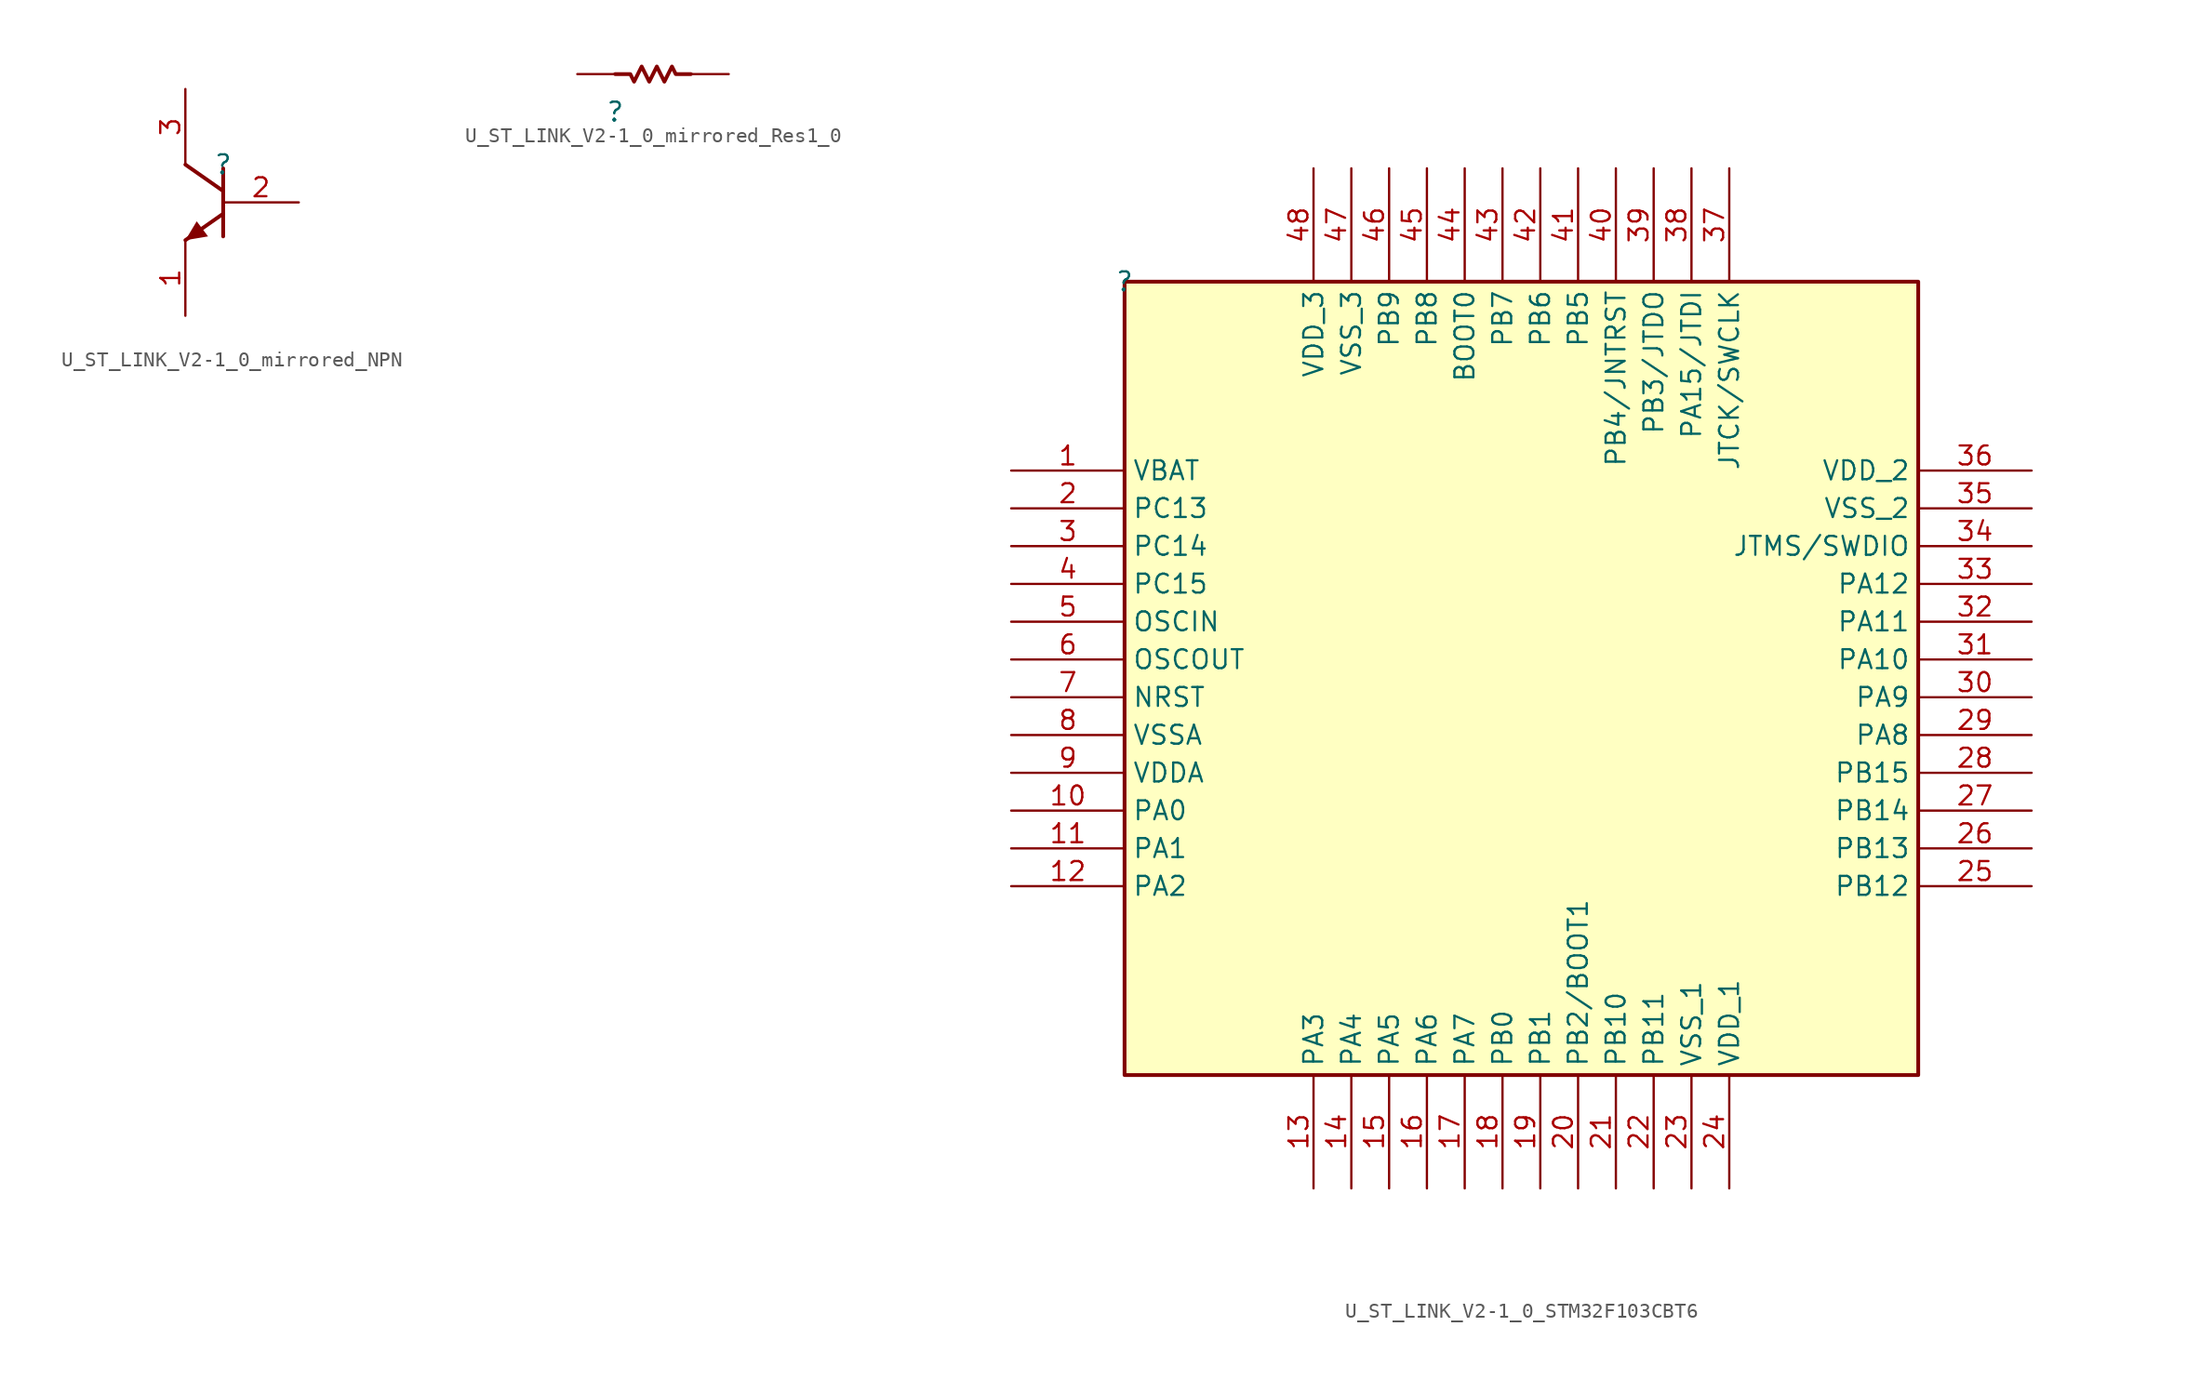
<source format=kicad_sym>
(kicad_symbol_lib
  (version 20231120)
  (generator "kicad_symbol_editor")
  (generator_version "8.0")
  (symbol "U_ST_LINK_V2-1_0_mirrored_NPN"
    (property "Reference" ""
      (at 0 0 0)
      (effects (font (size 1.27 1.27))))
    (property "Value" ""
      (at 0 0 0)
      (effects (font (size 1.27 1.27))))
    (symbol "U_ST_LINK_V2-1_0_mirrored_NPN_1_0"
      (polyline (pts (xy -2.54 0) (xy 0 -1.778)) (stroke (width 0.254) (type solid)) (fill (type none)))
      (polyline (pts (xy 0 -3.302) (xy -2.54 -5.08)) (stroke (width 0.254) (type solid)) (fill (type none)))
      (polyline (pts (xy 0 -0.254) (xy 0 -4.826)) (stroke (width 0.254) (type solid)) (fill (type none)))
      (polyline (pts (xy -2.54 -5.08) (xy -1.778 -3.81) (xy -1.016 -4.826) (xy -2.54 -5.08)) (stroke (width -0.0001) (type solid)) (fill (type outline)))
      (pin passive line (at -2.54 -10.16 90) (length 5.08) (name "E" (effects (font (size 0 0)))) (number "1" (effects (font (size 1.27 1.27)))))
      (pin passive line (at 5.08 -2.54 180) (length 5.08) (name "B" (effects (font (size 0 0)))) (number "2" (effects (font (size 1.27 1.27)))))
      (pin passive line (at -2.54 5.08 270) (length 5.08) (name "C" (effects (font (size 0 0)))) (number "3" (effects (font (size 1.27 1.27)))))))
  (symbol "U_ST_LINK_V2-1_0_mirrored_Res1_0"
    (property "Reference" ""
      (at 0 0 0)
      (effects (font (size 1.27 1.27))))
    (property "Value" ""
      (at 0 0 0)
      (effects (font (size 1.27 1.27))))
    (symbol "U_ST_LINK_V2-1_0_mirrored_Res1_0_1_0"
      (polyline (pts (xy 5.08 2.54) (xy 4.064 2.54) (xy 3.81 3.048) (xy 3.302 2.032) (xy 2.794 3.048) (xy 2.286 2.032) (xy 1.778 3.048) (xy 1.27 2.032) (xy 1.016 2.54) (xy 0 2.54)) (stroke (width 0.254) (type solid)) (fill (type none)))
      (pin passive line (at -2.54 2.54 0) (length 2.54) (name "1" (effects (font (size 0 0)))) (number "1" (effects (font (size 0 0)))))
      (pin passive line (at 7.62 2.54 180) (length 2.54) (name "2" (effects (font (size 0 0)))) (number "2" (effects (font (size 0 0)))))))
  (symbol "U_ST_LINK_V2-1_0_STM32F103CBT6"
    (property "Reference" ""
      (at 0 0 0)
      (effects (font (size 1.27 1.27))))
    (property "Value" ""
      (at 0 0 0)
      (effects (font (size 1.27 1.27))))
    (symbol "U_ST_LINK_V2-1_0_STM32F103CBT6_1_0"
      (rectangle (start 53.34 0) (end 0 -53.34) (stroke (width 0.254) (type solid) (color 128 0 0 1)) (fill (type background)))
      (pin power_in line (at -7.62 -12.7 0) (length 7.62) (name "VBAT" (effects (font (size 1.27 1.27)))) (number "1" (effects (font (size 1.27 1.27)))))
      (pin bidirectional line (at -7.62 -35.56 0) (length 7.62) (name "PA0" (effects (font (size 1.27 1.27)))) (number "10" (effects (font (size 1.27 1.27)))))
      (pin bidirectional line (at -7.62 -38.1 0) (length 7.62) (name "PA1" (effects (font (size 1.27 1.27)))) (number "11" (effects (font (size 1.27 1.27)))))
      (pin bidirectional line (at -7.62 -40.64 0) (length 7.62) (name "PA2" (effects (font (size 1.27 1.27)))) (number "12" (effects (font (size 1.27 1.27)))))
      (pin bidirectional line (at 12.7 -60.96 90) (length 7.62) (name "PA3" (effects (font (size 1.27 1.27)))) (number "13" (effects (font (size 1.27 1.27)))))
      (pin bidirectional line (at 15.24 -60.96 90) (length 7.62) (name "PA4" (effects (font (size 1.27 1.27)))) (number "14" (effects (font (size 1.27 1.27)))))
      (pin bidirectional line (at 17.78 -60.96 90) (length 7.62) (name "PA5" (effects (font (size 1.27 1.27)))) (number "15" (effects (font (size 1.27 1.27)))))
      (pin bidirectional line (at 20.32 -60.96 90) (length 7.62) (name "PA6" (effects (font (size 1.27 1.27)))) (number "16" (effects (font (size 1.27 1.27)))))
      (pin bidirectional line (at 22.86 -60.96 90) (length 7.62) (name "PA7" (effects (font (size 1.27 1.27)))) (number "17" (effects (font (size 1.27 1.27)))))
      (pin bidirectional line (at 25.4 -60.96 90) (length 7.62) (name "PB0" (effects (font (size 1.27 1.27)))) (number "18" (effects (font (size 1.27 1.27)))))
      (pin input line (at 27.94 -60.96 90) (length 7.62) (name "PB1" (effects (font (size 1.27 1.27)))) (number "19" (effects (font (size 1.27 1.27)))))
      (pin bidirectional line (at -7.62 -15.24 0) (length 7.62) (name "PC13" (effects (font (size 1.27 1.27)))) (number "2" (effects (font (size 1.27 1.27)))))
      (pin bidirectional line (at 30.48 -60.96 90) (length 7.62) (name "PB2/BOOT1" (effects (font (size 1.27 1.27)))) (number "20" (effects (font (size 1.27 1.27)))))
      (pin bidirectional line (at 33.02 -60.96 90) (length 7.62) (name "PB10" (effects (font (size 1.27 1.27)))) (number "21" (effects (font (size 1.27 1.27)))))
      (pin bidirectional line (at 35.56 -60.96 90) (length 7.62) (name "PB11" (effects (font (size 1.27 1.27)))) (number "22" (effects (font (size 1.27 1.27)))))
      (pin power_in line (at 38.1 -60.96 90) (length 7.62) (name "VSS_1" (effects (font (size 1.27 1.27)))) (number "23" (effects (font (size 1.27 1.27)))))
      (pin power_in line (at 40.64 -60.96 90) (length 7.62) (name "VDD_1" (effects (font (size 1.27 1.27)))) (number "24" (effects (font (size 1.27 1.27)))))
      (pin bidirectional line (at 60.96 -40.64 180) (length 7.62) (name "PB12" (effects (font (size 1.27 1.27)))) (number "25" (effects (font (size 1.27 1.27)))))
      (pin bidirectional line (at 60.96 -38.1 180) (length 7.62) (name "PB13" (effects (font (size 1.27 1.27)))) (number "26" (effects (font (size 1.27 1.27)))))
      (pin bidirectional line (at 60.96 -35.56 180) (length 7.62) (name "PB14" (effects (font (size 1.27 1.27)))) (number "27" (effects (font (size 1.27 1.27)))))
      (pin bidirectional line (at 60.96 -33.02 180) (length 7.62) (name "PB15" (effects (font (size 1.27 1.27)))) (number "28" (effects (font (size 1.27 1.27)))))
      (pin bidirectional line (at 60.96 -30.48 180) (length 7.62) (name "PA8" (effects (font (size 1.27 1.27)))) (number "29" (effects (font (size 1.27 1.27)))))
      (pin bidirectional line (at -7.62 -17.78 0) (length 7.62) (name "PC14" (effects (font (size 1.27 1.27)))) (number "3" (effects (font (size 1.27 1.27)))))
      (pin bidirectional line (at 60.96 -27.94 180) (length 7.62) (name "PA9" (effects (font (size 1.27 1.27)))) (number "30" (effects (font (size 1.27 1.27)))))
      (pin bidirectional line (at 60.96 -25.4 180) (length 7.62) (name "PA10" (effects (font (size 1.27 1.27)))) (number "31" (effects (font (size 1.27 1.27)))))
      (pin bidirectional line (at 60.96 -22.86 180) (length 7.62) (name "PA11" (effects (font (size 1.27 1.27)))) (number "32" (effects (font (size 1.27 1.27)))))
      (pin bidirectional line (at 60.96 -20.32 180) (length 7.62) (name "PA12" (effects (font (size 1.27 1.27)))) (number "33" (effects (font (size 1.27 1.27)))))
      (pin bidirectional line (at 60.96 -17.78 180) (length 7.62) (name "JTMS/SWDIO" (effects (font (size 1.27 1.27)))) (number "34" (effects (font (size 1.27 1.27)))))
      (pin power_in line (at 60.96 -15.24 180) (length 7.62) (name "VSS_2" (effects (font (size 1.27 1.27)))) (number "35" (effects (font (size 1.27 1.27)))))
      (pin power_in line (at 60.96 -12.7 180) (length 7.62) (name "VDD_2" (effects (font (size 1.27 1.27)))) (number "36" (effects (font (size 1.27 1.27)))))
      (pin bidirectional line (at 40.64 7.62 270) (length 7.62) (name "JTCK/SWCLK" (effects (font (size 1.27 1.27)))) (number "37" (effects (font (size 1.27 1.27)))))
      (pin bidirectional line (at 38.1 7.62 270) (length 7.62) (name "PA15/JTDI" (effects (font (size 1.27 1.27)))) (number "38" (effects (font (size 1.27 1.27)))))
      (pin bidirectional line (at 35.56 7.62 270) (length 7.62) (name "PB3/JTDO" (effects (font (size 1.27 1.27)))) (number "39" (effects (font (size 1.27 1.27)))))
      (pin bidirectional line (at -7.62 -20.32 0) (length 7.62) (name "PC15" (effects (font (size 1.27 1.27)))) (number "4" (effects (font (size 1.27 1.27)))))
      (pin bidirectional line (at 33.02 7.62 270) (length 7.62) (name "PB4/JNTRST" (effects (font (size 1.27 1.27)))) (number "40" (effects (font (size 1.27 1.27)))))
      (pin bidirectional line (at 30.48 7.62 270) (length 7.62) (name "PB5" (effects (font (size 1.27 1.27)))) (number "41" (effects (font (size 1.27 1.27)))))
      (pin bidirectional line (at 27.94 7.62 270) (length 7.62) (name "PB6" (effects (font (size 1.27 1.27)))) (number "42" (effects (font (size 1.27 1.27)))))
      (pin bidirectional line (at 25.4 7.62 270) (length 7.62) (name "PB7" (effects (font (size 1.27 1.27)))) (number "43" (effects (font (size 1.27 1.27)))))
      (pin bidirectional line (at 22.86 7.62 270) (length 7.62) (name "BOOT0" (effects (font (size 1.27 1.27)))) (number "44" (effects (font (size 1.27 1.27)))))
      (pin bidirectional line (at 20.32 7.62 270) (length 7.62) (name "PB8" (effects (font (size 1.27 1.27)))) (number "45" (effects (font (size 1.27 1.27)))))
      (pin bidirectional line (at 17.78 7.62 270) (length 7.62) (name "PB9" (effects (font (size 1.27 1.27)))) (number "46" (effects (font (size 1.27 1.27)))))
      (pin power_in line (at 15.24 7.62 270) (length 7.62) (name "VSS_3" (effects (font (size 1.27 1.27)))) (number "47" (effects (font (size 1.27 1.27)))))
      (pin power_in line (at 12.7 7.62 270) (length 7.62) (name "VDD_3" (effects (font (size 1.27 1.27)))) (number "48" (effects (font (size 1.27 1.27)))))
      (pin input line (at -7.62 -22.86 0) (length 7.62) (name "OSCIN" (effects (font (size 1.27 1.27)))) (number "5" (effects (font (size 1.27 1.27)))))
      (pin output line (at -7.62 -25.4 0) (length 7.62) (name "OSCOUT" (effects (font (size 1.27 1.27)))) (number "6" (effects (font (size 1.27 1.27)))))
      (pin input line (at -7.62 -27.94 0) (length 7.62) (name "NRST" (effects (font (size 1.27 1.27)))) (number "7" (effects (font (size 1.27 1.27)))))
      (pin power_in line (at -7.62 -30.48 0) (length 7.62) (name "VSSA" (effects (font (size 1.27 1.27)))) (number "8" (effects (font (size 1.27 1.27)))))
      (pin power_in line (at -7.62 -33.02 0) (length 7.62) (name "VDDA" (effects (font (size 1.27 1.27)))) (number "9" (effects (font (size 1.27 1.27))))))))
</source>
